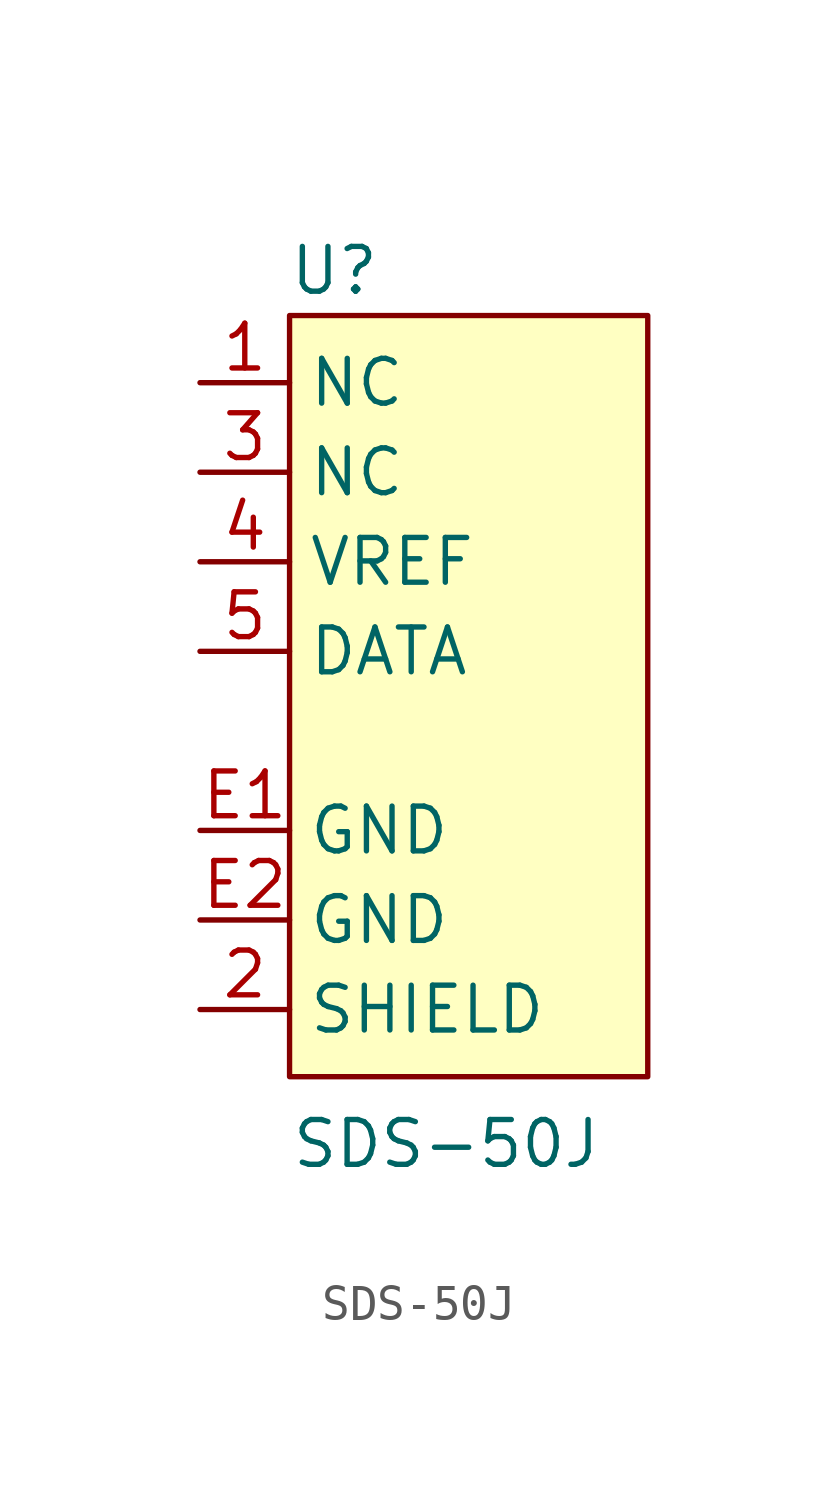
<source format=kicad_sym>
(kicad_symbol_lib
  (version 20211014)
  (generator kicad_symbol_editor)
  (symbol "SDS-50J"
    (property "Reference" "U"
      (at -3.81 9.525 0)
      (effects (font (size 1.27 1.27))))
    (property "Value" "SDS-50J"
      (at -0.635 -15.24 0)
      (effects (font (size 1.27 1.27))))
    (symbol "SDS-50J_0_1"
      (rectangle (start -5.08 8.255) (end 5.08 -13.335) (stroke (width 0.152) (type default) (color 0 0 0 0)) (fill (type background))))
    (symbol "SDS-50J_1_1"
      (pin passive line (at -7.62 6.35 0) (length 2.54) (name "NC" (effects (font (size 1.27 1.27)))) (number "1" (effects (font (size 1.27 1.27)))))
      (pin passive line (at -7.62 -11.43 0) (length 2.54) (name "SHIELD" (effects (font (size 1.27 1.27)))) (number "2" (effects (font (size 1.27 1.27)))))
      (pin passive line (at -7.62 3.81 0) (length 2.54) (name "NC" (effects (font (size 1.27 1.27)))) (number "3" (effects (font (size 1.27 1.27)))))
      (pin power_in line (at -7.62 1.27 0) (length 2.54) (name "VREF" (effects (font (size 1.27 1.27)))) (number "4" (effects (font (size 1.27 1.27)))))
      (pin bidirectional line (at -7.62 -1.27 0) (length 2.54) (name "DATA" (effects (font (size 1.27 1.27)))) (number "5" (effects (font (size 1.27 1.27)))))
      (pin power_in line (at -7.62 -6.35 0) (length 2.54) (name "GND" (effects (font (size 1.27 1.27)))) (number "E1" (effects (font (size 1.27 1.27)))))
      (pin power_in line (at -7.62 -8.89 0) (length 2.54) (name "GND" (effects (font (size 1.27 1.27)))) (number "E2" (effects (font (size 1.27 1.27))))))))
</source>
